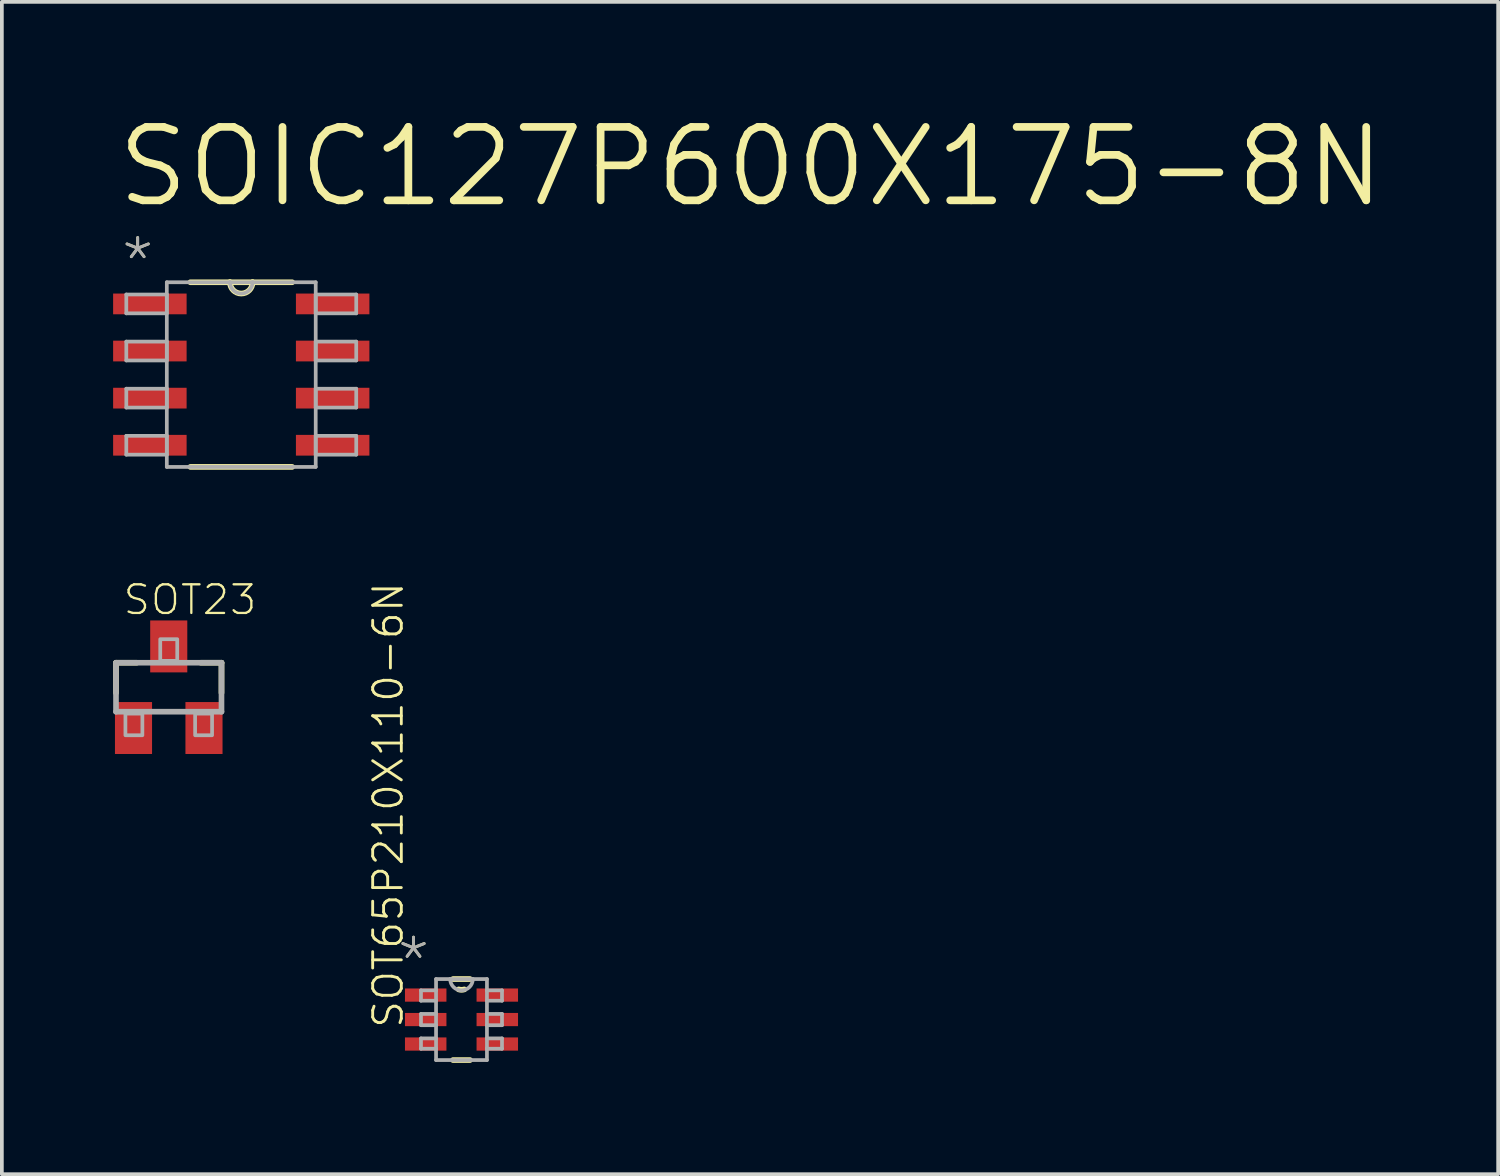
<source format=kicad_pcb>
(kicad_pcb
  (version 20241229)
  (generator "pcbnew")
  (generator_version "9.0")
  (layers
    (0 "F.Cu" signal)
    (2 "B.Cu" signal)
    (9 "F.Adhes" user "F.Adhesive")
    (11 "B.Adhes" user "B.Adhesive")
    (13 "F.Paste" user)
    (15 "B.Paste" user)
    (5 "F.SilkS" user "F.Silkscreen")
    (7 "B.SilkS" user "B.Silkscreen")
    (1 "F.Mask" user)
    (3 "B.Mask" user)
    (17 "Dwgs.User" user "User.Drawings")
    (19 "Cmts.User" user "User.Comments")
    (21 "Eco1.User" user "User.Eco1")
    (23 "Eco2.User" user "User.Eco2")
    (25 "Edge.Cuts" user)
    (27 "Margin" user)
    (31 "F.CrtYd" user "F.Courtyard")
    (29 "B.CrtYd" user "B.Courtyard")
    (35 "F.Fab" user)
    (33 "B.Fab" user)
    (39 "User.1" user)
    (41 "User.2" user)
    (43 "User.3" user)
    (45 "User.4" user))
  (footprint "SOT23"
    (layer "F.Cu")
    (at 1.499 15.476)
    (property "Reference" "SOT23" (at -1.27 -1.905 180) (layer "F.SilkS") (effects (font (size 0.772 0.772) (thickness 0.062)) (justify left bottom)))
    (attr through_hole)
    (fp_line (start -1.422 -0.66) (end -0.864 -0.66) (stroke (width 0.152) (type solid)) (layer "F.SilkS"))
    (fp_line (start -1.422 0.152) (end -1.422 -0.66) (stroke (width 0.152) (type solid)) (layer "F.SilkS"))
    (fp_line (start 0.864 -0.66) (end 1.422 -0.66) (stroke (width 0.152) (type solid)) (layer "F.SilkS"))
    (fp_line (start 1.422 -0.66) (end 1.422 0.152) (stroke (width 0.152) (type solid)) (layer "F.SilkS"))
    (fp_line (start -1.422 -0.66) (end 1.422 -0.66) (stroke (width 0.152) (type solid)) (layer "F.Fab"))
    (fp_line (start -1.422 0.66) (end -1.422 -0.66) (stroke (width 0.152) (type solid)) (layer "F.Fab"))
    (fp_line (start 1.422 -0.66) (end 1.422 0.66) (stroke (width 0.152) (type solid)) (layer "F.Fab"))
    (fp_line (start 1.422 0.66) (end -1.422 0.66) (stroke (width 0.152) (type solid)) (layer "F.Fab"))
    (fp_poly (pts (xy -1.168 1.295) (xy -0.711 1.295) (xy -0.711 0.711) (xy -1.168 0.711)) (stroke (width 0.1) (type solid)) (fill no) (layer "F.Fab"))
    (fp_poly (pts (xy -0.229 -0.711) (xy 0.229 -0.711) (xy 0.229 -1.295) (xy -0.229 -1.295)) (stroke (width 0.1) (type solid)) (fill no) (layer "F.Fab"))
    (fp_poly (pts (xy 0.711 1.295) (xy 1.168 1.295) (xy 1.168 0.711) (xy 0.711 0.711)) (stroke (width 0.1) (type solid)) (fill no) (layer "F.Fab"))
    (pad "L" smd rect (at -0.95 1.1) (size 1 1.4) (layers "F.Cu" "F.Mask" "F.Paste"))
    (pad "M" smd rect (at 0 -1.1) (size 1 1.4) (layers "F.Cu" "F.Mask" "F.Paste"))
    (pad "R" smd rect (at 0.95 1.1) (size 1 1.4) (layers "F.Cu" "F.Mask" "F.Paste")))
  (footprint "SOT65P210X110-6N"
    (layer "F.Cu")
    (at 9.391 24.435)
    (property "Reference" "SOT65P210X110-6N" (at -1.524 0.279 90) (layer "F.SilkS") (effects (font (size 0.772 0.772) (thickness 0.077)) (justify left bottom)))
    (attr through_hole)
    (fp_line (start -0.229 1.092) (end 0.229 1.092) (stroke (width 0.152) (type solid)) (layer "F.SilkS"))
    (fp_line (start 0.229 -1.092) (end -0.229 -1.092) (stroke (width 0.152) (type solid)) (layer "F.SilkS"))
    (fp_arc (start 0.0762 -0.8128) (mid 0 -0.801751) (end -0.0762 -0.8128) (stroke (width 0.1524) (type solid)) (layer "F.SilkS"))
    (fp_line (start -1.092 -0.787) (end -1.092 -0.508) (stroke (width 0.1) (type solid)) (layer "F.Fab"))
    (fp_line (start -1.092 -0.508) (end -0.686 -0.508) (stroke (width 0.1) (type solid)) (layer "F.Fab"))
    (fp_line (start -1.092 -0.152) (end -1.092 0.152) (stroke (width 0.1) (type solid)) (layer "F.Fab"))
    (fp_line (start -1.092 0.152) (end -0.686 0.152) (stroke (width 0.1) (type solid)) (layer "F.Fab"))
    (fp_line (start -1.092 0.508) (end -1.092 0.787) (stroke (width 0.1) (type solid)) (layer "F.Fab"))
    (fp_line (start -1.092 0.787) (end -0.686 0.787) (stroke (width 0.1) (type solid)) (layer "F.Fab"))
    (fp_line (start -0.686 -1.092) (end -0.686 -0.787) (stroke (width 0.1) (type solid)) (layer "F.Fab"))
    (fp_line (start -0.686 -0.787) (end -1.092 -0.787) (stroke (width 0.1) (type solid)) (layer "F.Fab"))
    (fp_line (start -0.686 -0.787) (end -0.686 -0.508) (stroke (width 0.1) (type solid)) (layer "F.Fab"))
    (fp_line (start -0.686 -0.508) (end -0.686 -0.152) (stroke (width 0.1) (type solid)) (layer "F.Fab"))
    (fp_line (start -0.686 -0.152) (end -1.092 -0.152) (stroke (width 0.1) (type solid)) (layer "F.Fab"))
    (fp_line (start -0.686 -0.152) (end -0.686 0.152) (stroke (width 0.1) (type solid)) (layer "F.Fab"))
    (fp_line (start -0.686 0.152) (end -0.686 0.508) (stroke (width 0.1) (type solid)) (layer "F.Fab"))
    (fp_line (start -0.686 0.508) (end -1.092 0.508) (stroke (width 0.1) (type solid)) (layer "F.Fab"))
    (fp_line (start -0.686 0.508) (end -0.686 0.787) (stroke (width 0.1) (type solid)) (layer "F.Fab"))
    (fp_line (start -0.686 0.787) (end -0.686 1.092) (stroke (width 0.1) (type solid)) (layer "F.Fab"))
    (fp_line (start -0.686 1.092) (end 0.686 1.092) (stroke (width 0.1) (type solid)) (layer "F.Fab"))
    (fp_line (start -0.305 -1.092) (end -0.686 -1.092) (stroke (width 0.1) (type solid)) (layer "F.Fab"))
    (fp_line (start 0.305 -1.092) (end -0.305 -1.092) (stroke (width 0.1) (type solid)) (layer "F.Fab"))
    (fp_line (start 0.686 -1.092) (end 0.305 -1.092) (stroke (width 0.1) (type solid)) (layer "F.Fab"))
    (fp_line (start 0.686 -0.787) (end 0.686 -1.092) (stroke (width 0.1) (type solid)) (layer "F.Fab"))
    (fp_line (start 0.686 -0.508) (end 0.686 -0.787) (stroke (width 0.1) (type solid)) (layer "F.Fab"))
    (fp_line (start 0.686 -0.508) (end 1.092 -0.508) (stroke (width 0.1) (type solid)) (layer "F.Fab"))
    (fp_line (start 0.686 -0.152) (end 0.686 -0.508) (stroke (width 0.1) (type solid)) (layer "F.Fab"))
    (fp_line (start 0.686 0.152) (end 0.686 -0.152) (stroke (width 0.1) (type solid)) (layer "F.Fab"))
    (fp_line (start 0.686 0.152) (end 1.092 0.152) (stroke (width 0.1) (type solid)) (layer "F.Fab"))
    (fp_line (start 0.686 0.508) (end 0.686 0.152) (stroke (width 0.1) (type solid)) (layer "F.Fab"))
    (fp_line (start 0.686 0.787) (end 0.686 0.508) (stroke (width 0.1) (type solid)) (layer "F.Fab"))
    (fp_line (start 0.686 0.787) (end 1.092 0.787) (stroke (width 0.1) (type solid)) (layer "F.Fab"))
    (fp_line (start 0.686 1.092) (end 0.686 0.787) (stroke (width 0.1) (type solid)) (layer "F.Fab"))
    (fp_line (start 1.092 -0.787) (end 0.686 -0.787) (stroke (width 0.1) (type solid)) (layer "F.Fab"))
    (fp_line (start 1.092 -0.508) (end 1.092 -0.787) (stroke (width 0.1) (type solid)) (layer "F.Fab"))
    (fp_line (start 1.092 -0.152) (end 0.686 -0.152) (stroke (width 0.1) (type solid)) (layer "F.Fab"))
    (fp_line (start 1.092 0.152) (end 1.092 -0.152) (stroke (width 0.1) (type solid)) (layer "F.Fab"))
    (fp_line (start 1.092 0.508) (end 0.686 0.508) (stroke (width 0.1) (type solid)) (layer "F.Fab"))
    (fp_line (start 1.092 0.787) (end 1.092 0.508) (stroke (width 0.1) (type solid)) (layer "F.Fab"))
    (fp_arc (start 0.3048 -1.0922) (mid 0 -0.7874) (end -0.3048 -1.0922) (stroke (width 0.1) (type solid)) (layer "F.Fab"))
    (fp_text user "*" (at -1.803 -0.864 0) (layer "F.SilkS") (effects (font (size 1.206 1.206) (thickness 0.076)) (justify left bottom)))
    (fp_text user "*" (at -1.803 -0.864 0) (layer "F.Fab") (effects (font (size 1.206 1.206) (thickness 0.076)) (justify left bottom)))
    (pad "1" smd rect (at -0.965 -0.66) (size 1.118 0.356) (layers "F.Cu" "F.Mask" "F.Paste"))
    (pad "2" smd rect (at -0.965 0) (size 1.118 0.356) (layers "F.Cu" "F.Mask" "F.Paste"))
    (pad "3" smd rect (at -0.965 0.66) (size 1.118 0.356) (layers "F.Cu" "F.Mask" "F.Paste"))
    (pad "4" smd rect (at 0.965 0.66) (size 1.118 0.356) (layers "F.Cu" "F.Mask" "F.Paste"))
    (pad "5" smd rect (at 0.965 0) (size 1.118 0.356) (layers "F.Cu" "F.Mask" "F.Paste"))
    (pad "6" smd rect (at 0.965 -0.66) (size 1.118 0.356) (layers "F.Cu" "F.Mask" "F.Paste")))
  (footprint "SOIC127P600X175-8N"
    (layer "F.Cu")
    (at 3.454 7.048)
    (property "Reference" "SOIC127P600X175-8N" (at -3.454 -4.445 0) (layer "F.SilkS") (effects (font (size 1.979 1.979) (thickness 0.208)) (justify left bottom)))
    (attr through_hole)
    (fp_line (start -1.372 2.489) (end 1.372 2.489) (stroke (width 0.152) (type solid)) (layer "F.SilkS"))
    (fp_line (start -0.305 -2.489) (end -1.372 -2.489) (stroke (width 0.152) (type solid)) (layer "F.SilkS"))
    (fp_line (start 0.305 -2.489) (end -0.305 -2.489) (stroke (width 0.152) (type solid)) (layer "F.SilkS"))
    (fp_line (start 1.372 -2.489) (end 0.305 -2.489) (stroke (width 0.152) (type solid)) (layer "F.SilkS"))
    (fp_arc (start 0.3048 -2.4892) (mid 0 -2.1844) (end -0.3048 -2.4892) (stroke (width 0.1524) (type solid)) (layer "F.SilkS"))
    (fp_line (start -3.099 -2.159) (end -3.099 -1.651) (stroke (width 0.1) (type solid)) (layer "F.Fab"))
    (fp_line (start -3.099 -1.651) (end -2.007 -1.651) (stroke (width 0.1) (type solid)) (layer "F.Fab"))
    (fp_line (start -3.099 -0.889) (end -3.099 -0.381) (stroke (width 0.1) (type solid)) (layer "F.Fab"))
    (fp_line (start -3.099 -0.381) (end -2.007 -0.381) (stroke (width 0.1) (type solid)) (layer "F.Fab"))
    (fp_line (start -3.099 0.381) (end -3.099 0.889) (stroke (width 0.1) (type solid)) (layer "F.Fab"))
    (fp_line (start -3.099 0.889) (end -2.007 0.889) (stroke (width 0.1) (type solid)) (layer "F.Fab"))
    (fp_line (start -3.099 1.651) (end -3.099 2.159) (stroke (width 0.1) (type solid)) (layer "F.Fab"))
    (fp_line (start -3.099 2.159) (end -2.007 2.159) (stroke (width 0.1) (type solid)) (layer "F.Fab"))
    (fp_line (start -2.007 -2.489) (end -2.007 2.489) (stroke (width 0.1) (type solid)) (layer "F.Fab"))
    (fp_line (start -2.007 -2.159) (end -3.099 -2.159) (stroke (width 0.1) (type solid)) (layer "F.Fab"))
    (fp_line (start -2.007 -1.651) (end -2.007 -2.159) (stroke (width 0.1) (type solid)) (layer "F.Fab"))
    (fp_line (start -2.007 -0.889) (end -3.099 -0.889) (stroke (width 0.1) (type solid)) (layer "F.Fab"))
    (fp_line (start -2.007 -0.381) (end -2.007 -0.889) (stroke (width 0.1) (type solid)) (layer "F.Fab"))
    (fp_line (start -2.007 0.381) (end -3.099 0.381) (stroke (width 0.1) (type solid)) (layer "F.Fab"))
    (fp_line (start -2.007 0.889) (end -2.007 0.381) (stroke (width 0.1) (type solid)) (layer "F.Fab"))
    (fp_line (start -2.007 1.651) (end -3.099 1.651) (stroke (width 0.1) (type solid)) (layer "F.Fab"))
    (fp_line (start -2.007 2.159) (end -2.007 1.651) (stroke (width 0.1) (type solid)) (layer "F.Fab"))
    (fp_line (start -2.007 2.489) (end 2.007 2.489) (stroke (width 0.1) (type solid)) (layer "F.Fab"))
    (fp_line (start -0.305 -2.489) (end -2.007 -2.489) (stroke (width 0.1) (type solid)) (layer "F.Fab"))
    (fp_line (start 0.305 -2.489) (end -0.305 -2.489) (stroke (width 0.1) (type solid)) (layer "F.Fab"))
    (fp_line (start 2.007 -2.489) (end 0.305 -2.489) (stroke (width 0.1) (type solid)) (layer "F.Fab"))
    (fp_line (start 2.007 -2.159) (end 2.007 -1.651) (stroke (width 0.1) (type solid)) (layer "F.Fab"))
    (fp_line (start 2.007 -1.651) (end 3.099 -1.651) (stroke (width 0.1) (type solid)) (layer "F.Fab"))
    (fp_line (start 2.007 -0.889) (end 2.007 -0.381) (stroke (width 0.1) (type solid)) (layer "F.Fab"))
    (fp_line (start 2.007 -0.381) (end 3.099 -0.381) (stroke (width 0.1) (type solid)) (layer "F.Fab"))
    (fp_line (start 2.007 0.381) (end 2.007 0.889) (stroke (width 0.1) (type solid)) (layer "F.Fab"))
    (fp_line (start 2.007 0.889) (end 3.099 0.889) (stroke (width 0.1) (type solid)) (layer "F.Fab"))
    (fp_line (start 2.007 1.651) (end 2.007 2.159) (stroke (width 0.1) (type solid)) (layer "F.Fab"))
    (fp_line (start 2.007 2.159) (end 3.099 2.159) (stroke (width 0.1) (type solid)) (layer "F.Fab"))
    (fp_line (start 2.007 2.489) (end 2.007 -2.489) (stroke (width 0.1) (type solid)) (layer "F.Fab"))
    (fp_line (start 3.099 -2.159) (end 2.007 -2.159) (stroke (width 0.1) (type solid)) (layer "F.Fab"))
    (fp_line (start 3.099 -1.651) (end 3.099 -2.159) (stroke (width 0.1) (type solid)) (layer "F.Fab"))
    (fp_line (start 3.099 -0.889) (end 2.007 -0.889) (stroke (width 0.1) (type solid)) (layer "F.Fab"))
    (fp_line (start 3.099 -0.381) (end 3.099 -0.889) (stroke (width 0.1) (type solid)) (layer "F.Fab"))
    (fp_line (start 3.099 0.381) (end 2.007 0.381) (stroke (width 0.1) (type solid)) (layer "F.Fab"))
    (fp_line (start 3.099 0.889) (end 3.099 0.381) (stroke (width 0.1) (type solid)) (layer "F.Fab"))
    (fp_line (start 3.099 1.651) (end 2.007 1.651) (stroke (width 0.1) (type solid)) (layer "F.Fab"))
    (fp_line (start 3.099 2.159) (end 3.099 1.651) (stroke (width 0.1) (type solid)) (layer "F.Fab"))
    (fp_arc (start 0.3048 -2.4892) (mid 0 -2.1844) (end -0.3048 -2.4892) (stroke (width 0.1) (type solid)) (layer "F.Fab"))
    (fp_text user "*" (at -3.302 -2.337 0) (layer "F.SilkS") (effects (font (size 1.206 1.206) (thickness 0.076)) (justify left bottom)))
    (fp_text user "*" (at -3.302 -2.337 0) (layer "F.Fab") (effects (font (size 1.206 1.206) (thickness 0.076)) (justify left bottom)))
    (pad "1" smd rect (at -2.464 -1.905) (size 1.981 0.559) (layers "F.Cu" "F.Mask" "F.Paste"))
    (pad "2" smd rect (at -2.464 -0.635) (size 1.981 0.559) (layers "F.Cu" "F.Mask" "F.Paste"))
    (pad "3" smd rect (at -2.464 0.635) (size 1.981 0.559) (layers "F.Cu" "F.Mask" "F.Paste"))
    (pad "4" smd rect (at -2.464 1.905) (size 1.981 0.559) (layers "F.Cu" "F.Mask" "F.Paste"))
    (pad "5" smd rect (at 2.464 1.905) (size 1.981 0.559) (layers "F.Cu" "F.Mask" "F.Paste"))
    (pad "6" smd rect (at 2.464 0.635) (size 1.981 0.559) (layers "F.Cu" "F.Mask" "F.Paste"))
    (pad "7" smd rect (at 2.464 -0.635) (size 1.981 0.559) (layers "F.Cu" "F.Mask" "F.Paste"))
    (pad "8" smd rect (at 2.464 -1.905) (size 1.981 0.559) (layers "F.Cu" "F.Mask" "F.Paste")))
  (gr_rect
    (start -3 -3)
    (end 37.337 28.604)
    (stroke (width 0.1) (type default))
    (fill no)
    (layer "Edge.Cuts")))
</source>
